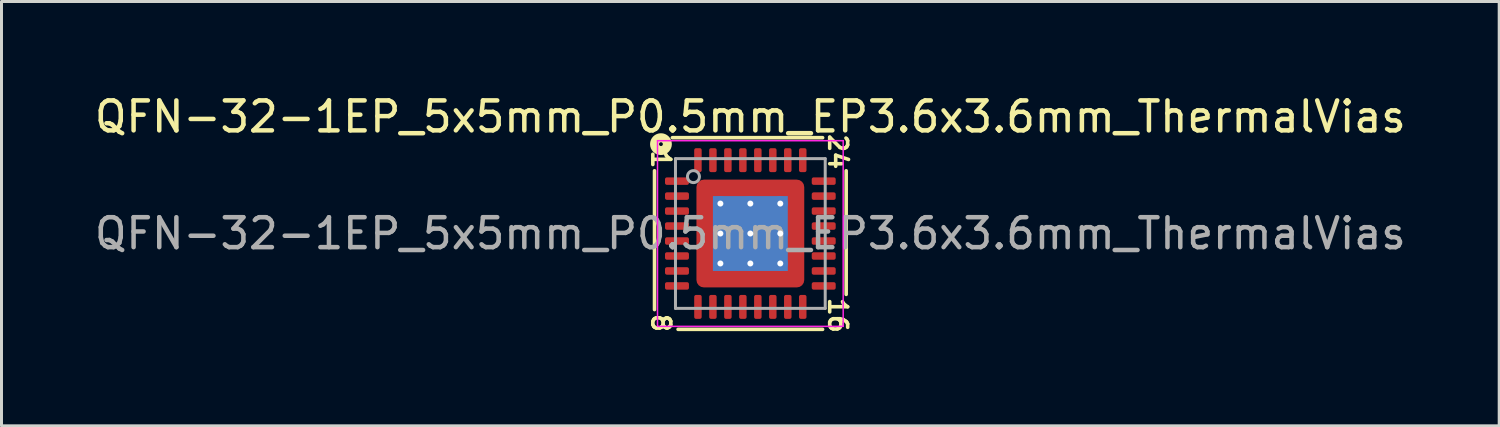
<source format=kicad_pcb>
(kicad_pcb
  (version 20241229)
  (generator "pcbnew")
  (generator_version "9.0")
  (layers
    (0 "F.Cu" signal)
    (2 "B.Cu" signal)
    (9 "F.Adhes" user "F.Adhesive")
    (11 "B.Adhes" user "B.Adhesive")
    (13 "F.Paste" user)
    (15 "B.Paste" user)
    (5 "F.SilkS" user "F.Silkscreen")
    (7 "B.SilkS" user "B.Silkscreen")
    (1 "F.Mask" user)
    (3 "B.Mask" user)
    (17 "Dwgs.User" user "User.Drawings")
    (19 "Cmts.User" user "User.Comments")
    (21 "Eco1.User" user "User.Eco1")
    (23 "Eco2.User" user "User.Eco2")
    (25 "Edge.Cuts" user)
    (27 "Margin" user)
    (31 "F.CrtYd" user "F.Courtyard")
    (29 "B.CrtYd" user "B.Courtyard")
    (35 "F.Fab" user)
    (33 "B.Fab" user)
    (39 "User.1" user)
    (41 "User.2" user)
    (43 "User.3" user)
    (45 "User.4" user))
  (footprint "QFN-32-1EP_5x5mm_P0.5mm_EP3.6x3.6mm_ThermalVias"
    (layer "F.Cu")
    (at 22.006 4.748)
    (property "Reference" "QFN-32-1EP_5x5mm_P0.5mm_EP3.6x3.6mm_ThermalVias" (at 0 -3.9 0) (layer "F.SilkS") (effects (font (size 1 1) (thickness 0.15))))
    (attr smd)
    (fp_line (start -3.2 -2.095) (end -3.2 2.54) (stroke (width 0.12) (type solid)) (layer "F.SilkS"))
    (fp_line (start -2.413 3.2) (end 2.413 3.2) (stroke (width 0.12) (type solid)) (layer "F.SilkS"))
    (fp_line (start 2.413 -3.2) (end -2.603 -3.2) (stroke (width 0.12) (type solid)) (layer "F.SilkS"))
    (fp_line (start 3.2 2.032) (end 3.2 -2.095) (stroke (width 0.12) (type solid)) (layer "F.SilkS"))
    (fp_circle (center -2.985 -2.985) (end -2.921 -2.985) (stroke (width 0.3) (type solid)) (fill no) (layer "F.SilkS"))
    (fp_line (start -3.1 -3.1) (end -3.1 3.1) (stroke (width 0.05) (type solid)) (layer "F.CrtYd"))
    (fp_line (start -3.1 3.1) (end 3.1 3.1) (stroke (width 0.05) (type solid)) (layer "F.CrtYd"))
    (fp_line (start 3.1 -3.1) (end -3.1 -3.1) (stroke (width 0.05) (type solid)) (layer "F.CrtYd"))
    (fp_line (start 3.1 3.1) (end 3.1 -3.1) (stroke (width 0.05) (type solid)) (layer "F.CrtYd"))
    (fp_line (start -2.5 -2.5) (end 2.5 -2.5) (stroke (width 0.1) (type solid)) (layer "F.Fab"))
    (fp_line (start -2.5 2.5) (end -2.5 -2.5) (stroke (width 0.1) (type solid)) (layer "F.Fab"))
    (fp_line (start 2.5 -2.5) (end 2.5 2.5) (stroke (width 0.1) (type solid)) (layer "F.Fab"))
    (fp_line (start 2.5 2.5) (end -2.5 2.5) (stroke (width 0.1) (type solid)) (layer "F.Fab"))
    (fp_circle (center -1.9 -1.9) (end -1.7 -1.9) (stroke (width 0.1) (type solid)) (fill no) (layer "F.Fab"))
    (fp_text user "16" (at 2.921 2.731 270) (unlocked yes) (layer "F.SilkS") (effects (font (size 0.6 0.6) (thickness 0.12))))
    (fp_text user "8" (at -2.985 2.985 270) (unlocked yes) (layer "F.SilkS") (effects (font (size 0.6 0.6) (thickness 0.12))))
    (fp_text user "24" (at 2.921 -2.731 270) (unlocked yes) (layer "F.SilkS") (effects (font (size 0.6 0.6) (thickness 0.12))))
    (fp_text user "1" (at -2.985 -2.477 270) (unlocked yes) (layer "F.SilkS") (effects (font (size 0.6 0.6) (thickness 0.12))))
    (fp_text user "${REFERENCE}" (at 0 0 0) (layer "F.Fab") (effects (font (size 1 1) (thickness 0.15))))
    (pad "" smd custom (at -1.4 -1.4) (size 0.555 0.555) (layers "F.Paste") (options (anchor circle)) (primitives (gr_poly (pts (xy 0.232 0.157) (xy 0.157 0.232) (xy -0.232 0.232) (xy -0.232 -0.232) (xy 0.232 -0.232)) (width 0.181) (fill yes))))
    (pad "" smd custom (at -1.4 -0.5) (size 0.568 0.568) (layers "F.Paste") (options (anchor circle)) (primitives (gr_poly (pts (xy 0.246 -0.263) (xy 0.246 0.263) (xy 0.182 0.326) (xy -0.246 0.326) (xy -0.246 -0.326) (xy 0.182 -0.326)) (width 0.153) (fill yes))))
    (pad "" smd custom (at -1.4 0.5) (size 0.568 0.568) (layers "F.Paste") (options (anchor circle)) (primitives (gr_poly (pts (xy 0.246 -0.263) (xy 0.246 0.263) (xy 0.182 0.326) (xy -0.246 0.326) (xy -0.246 -0.326) (xy 0.182 -0.326)) (width 0.153) (fill yes))))
    (pad "" smd custom (at -1.4 1.4) (size 0.555 0.555) (layers "F.Paste") (options (anchor circle)) (primitives (gr_poly (pts (xy 0.232 -0.157) (xy 0.232 0.232) (xy -0.232 0.232) (xy -0.232 -0.232) (xy 0.157 -0.232)) (width 0.181) (fill yes))))
    (pad "" smd custom (at -0.5 -1.4) (size 0.568 0.568) (layers "F.Paste") (options (anchor circle)) (primitives (gr_poly (pts (xy 0.326 0.182) (xy 0.263 0.246) (xy -0.263 0.246) (xy -0.326 0.182) (xy -0.326 -0.246) (xy 0.326 -0.246)) (width 0.153) (fill yes))))
    (pad "" smd roundrect (at -0.5 -0.5) (size 0.806 0.806) (layers "F.Paste") (roundrect_rratio 0.25))
    (pad "" smd roundrect (at -0.5 0.5) (size 0.806 0.806) (layers "F.Paste") (roundrect_rratio 0.25))
    (pad "" smd custom (at -0.5 1.4) (size 0.568 0.568) (layers "F.Paste") (options (anchor circle)) (primitives (gr_poly (pts (xy 0.326 -0.182) (xy 0.326 0.246) (xy -0.326 0.246) (xy -0.326 -0.182) (xy -0.263 -0.246) (xy 0.263 -0.246)) (width 0.153) (fill yes))))
    (pad "" smd custom (at 0.5 -1.4) (size 0.568 0.568) (layers "F.Paste") (options (anchor circle)) (primitives (gr_poly (pts (xy 0.326 0.182) (xy 0.263 0.246) (xy -0.263 0.246) (xy -0.326 0.182) (xy -0.326 -0.246) (xy 0.326 -0.246)) (width 0.153) (fill yes))))
    (pad "" smd roundrect (at 0.5 -0.5) (size 0.806 0.806) (layers "F.Paste") (roundrect_rratio 0.25))
    (pad "" smd roundrect (at 0.5 0.5) (size 0.806 0.806) (layers "F.Paste") (roundrect_rratio 0.25))
    (pad "" smd custom (at 0.5 1.4) (size 0.568 0.568) (layers "F.Paste") (options (anchor circle)) (primitives (gr_poly (pts (xy 0.326 -0.182) (xy 0.326 0.246) (xy -0.326 0.246) (xy -0.326 -0.182) (xy -0.263 -0.246) (xy 0.263 -0.246)) (width 0.153) (fill yes))))
    (pad "" smd custom (at 1.4 -1.4) (size 0.555 0.555) (layers "F.Paste") (options (anchor circle)) (primitives (gr_poly (pts (xy 0.232 0.232) (xy -0.157 0.232) (xy -0.232 0.157) (xy -0.232 -0.232) (xy 0.232 -0.232)) (width 0.181) (fill yes))))
    (pad "" smd custom (at 1.4 -0.5) (size 0.568 0.568) (layers "F.Paste") (options (anchor circle)) (primitives (gr_poly (pts (xy 0.246 0.326) (xy -0.182 0.326) (xy -0.246 0.263) (xy -0.246 -0.263) (xy -0.182 -0.326) (xy 0.246 -0.326)) (width 0.153) (fill yes))))
    (pad "" smd custom (at 1.4 0.5) (size 0.568 0.568) (layers "F.Paste") (options (anchor circle)) (primitives (gr_poly (pts (xy 0.246 0.326) (xy -0.182 0.326) (xy -0.246 0.263) (xy -0.246 -0.263) (xy -0.182 -0.326) (xy 0.246 -0.326)) (width 0.153) (fill yes))))
    (pad "" smd custom (at 1.4 1.4) (size 0.555 0.555) (layers "F.Paste") (options (anchor circle)) (primitives (gr_poly (pts (xy 0.232 0.232) (xy -0.232 0.232) (xy -0.232 -0.157) (xy -0.157 -0.232) (xy 0.232 -0.232)) (width 0.181) (fill yes))))
    (pad "1" smd roundrect (at -2.45 -1.75) (size 0.8 0.25) (layers "F.Cu" "F.Mask" "F.Paste") (roundrect_rratio 0.25))
    (pad "2" smd roundrect (at -2.45 -1.25) (size 0.8 0.25) (layers "F.Cu" "F.Mask" "F.Paste") (roundrect_rratio 0.25))
    (pad "3" smd roundrect (at -2.45 -0.75) (size 0.8 0.25) (layers "F.Cu" "F.Mask" "F.Paste") (roundrect_rratio 0.25))
    (pad "4" smd roundrect (at -2.45 -0.25) (size 0.8 0.25) (layers "F.Cu" "F.Mask" "F.Paste") (roundrect_rratio 0.25))
    (pad "5" smd roundrect (at -2.45 0.25) (size 0.8 0.25) (layers "F.Cu" "F.Mask" "F.Paste") (roundrect_rratio 0.25))
    (pad "6" smd roundrect (at -2.45 0.75) (size 0.8 0.25) (layers "F.Cu" "F.Mask" "F.Paste") (roundrect_rratio 0.25))
    (pad "7" smd roundrect (at -2.45 1.25) (size 0.8 0.25) (layers "F.Cu" "F.Mask" "F.Paste") (roundrect_rratio 0.25))
    (pad "8" smd roundrect (at -2.45 1.75) (size 0.8 0.25) (layers "F.Cu" "F.Mask" "F.Paste") (roundrect_rratio 0.25))
    (pad "9" smd roundrect (at -1.75 2.45) (size 0.25 0.8) (layers "F.Cu" "F.Mask" "F.Paste") (roundrect_rratio 0.25))
    (pad "10" smd roundrect (at -1.25 2.45) (size 0.25 0.8) (layers "F.Cu" "F.Mask" "F.Paste") (roundrect_rratio 0.25))
    (pad "11" smd roundrect (at -0.75 2.45) (size 0.25 0.8) (layers "F.Cu" "F.Mask" "F.Paste") (roundrect_rratio 0.25))
    (pad "12" smd roundrect (at -0.25 2.45) (size 0.25 0.8) (layers "F.Cu" "F.Mask" "F.Paste") (roundrect_rratio 0.25))
    (pad "13" smd roundrect (at 0.25 2.45) (size 0.25 0.8) (layers "F.Cu" "F.Mask" "F.Paste") (roundrect_rratio 0.25))
    (pad "14" smd roundrect (at 0.75 2.45) (size 0.25 0.8) (layers "F.Cu" "F.Mask" "F.Paste") (roundrect_rratio 0.25))
    (pad "15" smd roundrect (at 1.25 2.45) (size 0.25 0.8) (layers "F.Cu" "F.Mask" "F.Paste") (roundrect_rratio 0.25))
    (pad "16" smd roundrect (at 1.75 2.45) (size 0.25 0.8) (layers "F.Cu" "F.Mask" "F.Paste") (roundrect_rratio 0.25))
    (pad "17" smd roundrect (at 2.45 1.75) (size 0.8 0.25) (layers "F.Cu" "F.Mask" "F.Paste") (roundrect_rratio 0.25))
    (pad "18" smd roundrect (at 2.45 1.25) (size 0.8 0.25) (layers "F.Cu" "F.Mask" "F.Paste") (roundrect_rratio 0.25))
    (pad "19" smd roundrect (at 2.45 0.75) (size 0.8 0.25) (layers "F.Cu" "F.Mask" "F.Paste") (roundrect_rratio 0.25))
    (pad "20" smd roundrect (at 2.45 0.25) (size 0.8 0.25) (layers "F.Cu" "F.Mask" "F.Paste") (roundrect_rratio 0.25))
    (pad "21" smd roundrect (at 2.45 -0.25) (size 0.8 0.25) (layers "F.Cu" "F.Mask" "F.Paste") (roundrect_rratio 0.25))
    (pad "22" smd roundrect (at 2.45 -0.75) (size 0.8 0.25) (layers "F.Cu" "F.Mask" "F.Paste") (roundrect_rratio 0.25))
    (pad "23" smd roundrect (at 2.45 -1.25) (size 0.8 0.25) (layers "F.Cu" "F.Mask" "F.Paste") (roundrect_rratio 0.25))
    (pad "24" smd roundrect (at 2.45 -1.75) (size 0.8 0.25) (layers "F.Cu" "F.Mask" "F.Paste") (roundrect_rratio 0.25))
    (pad "25" smd roundrect (at 1.75 -2.45) (size 0.25 0.8) (layers "F.Cu" "F.Mask" "F.Paste") (roundrect_rratio 0.25))
    (pad "26" smd roundrect (at 1.25 -2.45) (size 0.25 0.8) (layers "F.Cu" "F.Mask" "F.Paste") (roundrect_rratio 0.25))
    (pad "27" smd roundrect (at 0.75 -2.45) (size 0.25 0.8) (layers "F.Cu" "F.Mask" "F.Paste") (roundrect_rratio 0.25))
    (pad "28" smd roundrect (at 0.25 -2.45) (size 0.25 0.8) (layers "F.Cu" "F.Mask" "F.Paste") (roundrect_rratio 0.25))
    (pad "29" smd roundrect (at -0.25 -2.45) (size 0.25 0.8) (layers "F.Cu" "F.Mask" "F.Paste") (roundrect_rratio 0.25))
    (pad "30" smd roundrect (at -0.75 -2.45) (size 0.25 0.8) (layers "F.Cu" "F.Mask" "F.Paste") (roundrect_rratio 0.25))
    (pad "31" smd roundrect (at -1.25 -2.45) (size 0.25 0.8) (layers "F.Cu" "F.Mask" "F.Paste") (roundrect_rratio 0.25))
    (pad "32" smd roundrect (at -1.75 -2.45) (size 0.25 0.8) (layers "F.Cu" "F.Mask" "F.Paste") (roundrect_rratio 0.25))
    (pad "33" thru_hole circle (at -1 -1) (size 0.5 0.5) (drill 0.2) (property pad_prop_heatsink) (layers "*.Cu"))
    (pad "33" thru_hole circle (at -1 0) (size 0.5 0.5) (drill 0.2) (property pad_prop_heatsink) (layers "*.Cu"))
    (pad "33" thru_hole circle (at -1 1) (size 0.5 0.5) (drill 0.2) (property pad_prop_heatsink) (layers "*.Cu"))
    (pad "33" thru_hole circle (at 0 -1) (size 0.5 0.5) (drill 0.2) (property pad_prop_heatsink) (layers "*.Cu"))
    (pad "33" thru_hole circle (at 0 0) (size 0.5 0.5) (drill 0.2) (property pad_prop_heatsink) (layers "*.Cu"))
    (pad "33" smd rect (at 0 0) (size 2.5 2.5) (layers "B.Cu" "B.Mask"))
    (pad "33" smd roundrect (at 0 0) (size 3.6 3.6) (layers "F.Cu" "F.Mask") (roundrect_rratio 0.069))
    (pad "33" thru_hole circle (at 0 1) (size 0.5 0.5) (drill 0.2) (property pad_prop_heatsink) (layers "*.Cu"))
    (pad "33" thru_hole circle (at 1 -1) (size 0.5 0.5) (drill 0.2) (property pad_prop_heatsink) (layers "*.Cu"))
    (pad "33" thru_hole circle (at 1 0) (size 0.5 0.5) (drill 0.2) (property pad_prop_heatsink) (layers "*.Cu"))
    (pad "33" thru_hole circle (at 1 1) (size 0.5 0.5) (drill 0.2) (property pad_prop_heatsink) (layers "*.Cu")))
  (gr_rect
    (start -3 -3)
    (end 47.012 11.17)
    (stroke (width 0.1) (type default))
    (fill no)
    (layer "Edge.Cuts")))
</source>
